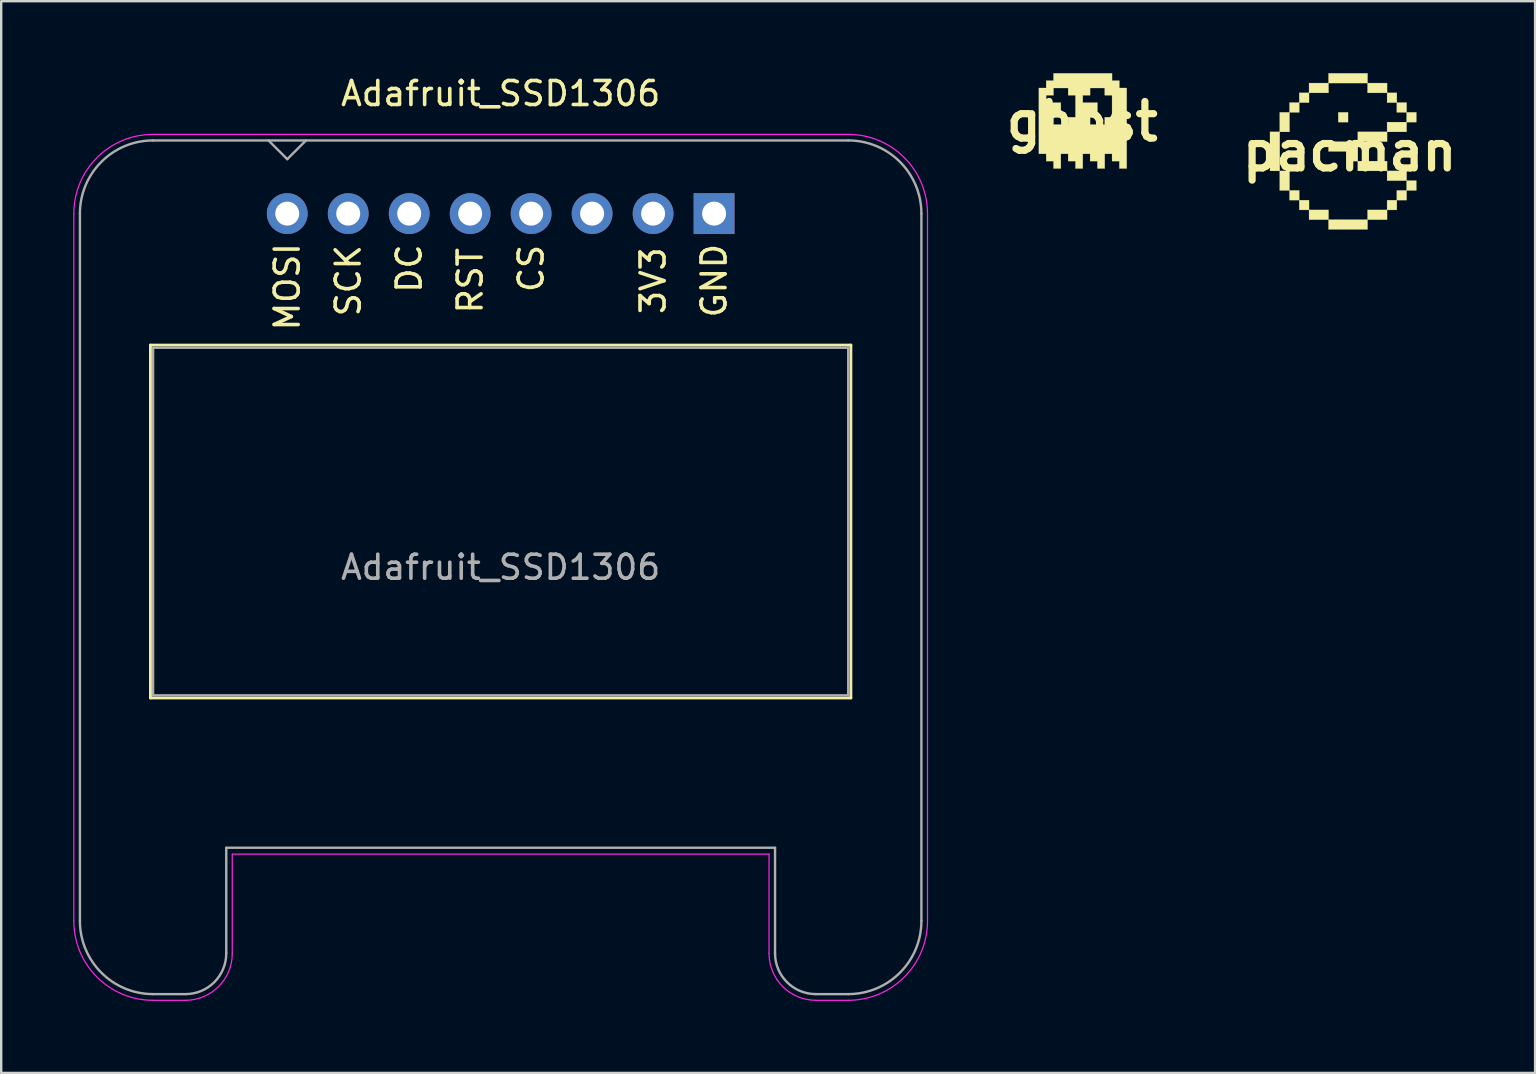
<source format=kicad_pcb>
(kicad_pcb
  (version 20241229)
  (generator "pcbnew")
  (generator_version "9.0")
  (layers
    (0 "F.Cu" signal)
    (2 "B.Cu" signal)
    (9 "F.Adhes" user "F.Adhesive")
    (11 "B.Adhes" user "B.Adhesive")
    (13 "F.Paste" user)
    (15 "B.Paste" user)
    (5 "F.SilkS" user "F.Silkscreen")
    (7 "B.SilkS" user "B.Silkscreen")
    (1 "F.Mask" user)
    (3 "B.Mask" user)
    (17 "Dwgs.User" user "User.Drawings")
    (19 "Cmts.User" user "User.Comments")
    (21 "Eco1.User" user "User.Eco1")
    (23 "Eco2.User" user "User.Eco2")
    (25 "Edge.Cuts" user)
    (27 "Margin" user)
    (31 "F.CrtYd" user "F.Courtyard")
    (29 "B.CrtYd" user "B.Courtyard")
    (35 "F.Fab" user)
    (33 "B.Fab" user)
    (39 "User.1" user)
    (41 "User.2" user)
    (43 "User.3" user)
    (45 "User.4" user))
  (footprint "ghost"
    (layer "F.Cu")
    (at 42.028 2.012)
    (property "Reference" "ghost" (at 0 0 0) (layer "F.SilkS") (effects (font (size 1.524 1.524) (thickness 0.3))))
    (attr through_hole)
    (fp_poly (pts (xy 1.245 -1.702) (xy 1.549 -1.702) (xy 1.549 -1.397) (xy 1.854 -1.397) (xy 1.854 1.956) (xy 1.549 1.956) (xy 1.549 1.651) (xy 1.245 1.651) (xy 1.245 1.346) (xy 0.94 1.346) (xy 0.94 1.956) (xy 0.635 1.956) (xy 0.635 1.651) (xy 0.33 1.651) (xy 0.33 1.346) (xy 0.025 1.346) (xy 0.025 1.956) (xy -0.279 1.956) (xy -0.279 1.651) (xy -0.584 1.651) (xy -0.584 1.346) (xy -0.889 1.346) (xy -0.889 1.956) (xy -1.194 1.956) (xy -1.194 1.651) (xy -1.499 1.651) (xy -1.499 1.346) (xy -1.803 1.346) (xy -1.803 -1.092) (xy -1.499 -1.092) (xy -1.499 -0.787) (xy -0.889 -0.787) (xy -0.889 -0.178) (xy -1.194 -0.178) (xy -1.194 0.127) (xy -0.584 0.127) (xy -0.584 -0.178) (xy -0.279 -0.178) (xy -0.279 -1.092) (xy 0.025 -1.092) (xy 0.025 -0.787) (xy 0.635 -0.787) (xy 0.635 -0.178) (xy 0.33 -0.178) (xy 0.33 0.127) (xy 0.94 0.127) (xy 0.94 -0.178) (xy 1.245 -0.178) (xy 1.245 -1.092) (xy 0.94 -1.092) (xy 0.94 -1.397) (xy 0.33 -1.397) (xy 0.33 -1.092) (xy 0.025 -1.092) (xy -0.279 -1.092) (xy -0.584 -1.092) (xy -0.584 -1.397) (xy -1.194 -1.397) (xy -1.194 -1.092) (xy -1.499 -1.092) (xy -1.803 -1.092) (xy -1.803 -1.397) (xy -1.499 -1.397) (xy -1.499 -1.702) (xy -1.194 -1.702) (xy -1.194 -2.007) (xy 1.245 -2.007) (xy 1.245 -1.702)) (stroke (width 0.01) (type solid)) (fill yes) (layer "F.SilkS")))
  (footprint "Adafruit_SSD1306"
    (layer "F.Cu")
    (at 8.915 5.848)
    (property "Reference" "Adafruit_SSD1306" (at 8.89 -5 0) (layer "F.SilkS") (effects (font (size 1 1) (thickness 0.15))))
    (attr through_hole)
    (fp_line (start -5.698 5.478) (end -5.698 20.176) (stroke (width 0.12) (type solid)) (layer "F.SilkS"))
    (fp_line (start -5.698 5.478) (end 23.478 5.478) (stroke (width 0.12) (type solid)) (layer "F.SilkS"))
    (fp_line (start -5.698 20.176) (end 23.478 20.176) (stroke (width 0.12) (type solid)) (layer "F.SilkS"))
    (fp_line (start 23.478 5.478) (end 23.478 20.176) (stroke (width 0.12) (type solid)) (layer "F.SilkS"))
    (fp_line (start -8.89 0) (end -8.89 29.47) (stroke (width 0.05) (type solid)) (layer "F.CrtYd"))
    (fp_line (start -4.24 32.77) (end -5.59 32.77) (stroke (width 0.05) (type solid)) (layer "F.CrtYd"))
    (fp_line (start -2.29 26.68) (end -2.29 30.82) (stroke (width 0.05) (type solid)) (layer "F.CrtYd"))
    (fp_line (start -2.29 26.68) (end 20.07 26.68) (stroke (width 0.05) (type solid)) (layer "F.CrtYd"))
    (fp_line (start 20.07 26.68) (end 20.07 30.82) (stroke (width 0.05) (type solid)) (layer "F.CrtYd"))
    (fp_line (start 22.02 32.77) (end 23.37 32.77) (stroke (width 0.05) (type solid)) (layer "F.CrtYd"))
    (fp_line (start 23.37 -3.3) (end -5.59 -3.3) (stroke (width 0.05) (type solid)) (layer "F.CrtYd"))
    (fp_line (start 26.67 0) (end 26.67 29.47) (stroke (width 0.05) (type solid)) (layer "F.CrtYd"))
    (fp_arc (start -8.89 0) (mid -7.923452 -2.333452) (end -5.59 -3.3) (stroke (width 0.05) (type solid)) (layer "F.CrtYd"))
    (fp_arc (start -5.59 32.77) (mid -7.923452 31.803452) (end -8.89 29.47) (stroke (width 0.05) (type solid)) (layer "F.CrtYd"))
    (fp_arc (start -2.29 30.82) (mid -2.861142 32.198858) (end -4.24 32.77) (stroke (width 0.05) (type solid)) (layer "F.CrtYd"))
    (fp_arc (start 22.02 32.77) (mid 20.641142 32.198858) (end 20.07 30.82) (stroke (width 0.05) (type solid)) (layer "F.CrtYd"))
    (fp_arc (start 23.37 -3.3) (mid 25.703452 -2.333452) (end 26.67 0) (stroke (width 0.05) (type solid)) (layer "F.CrtYd"))
    (fp_arc (start 26.67 29.47) (mid 25.703452 31.803452) (end 23.37 32.77) (stroke (width 0.05) (type solid)) (layer "F.CrtYd"))
    (fp_line (start -8.636 0) (end -8.636 29.464) (stroke (width 0.1) (type solid)) (layer "F.Fab"))
    (fp_line (start -5.588 5.588) (end -5.588 20.066) (stroke (width 0.1) (type solid)) (layer "F.Fab"))
    (fp_line (start -5.588 5.588) (end 23.368 5.588) (stroke (width 0.1) (type solid)) (layer "F.Fab"))
    (fp_line (start -5.588 20.066) (end 23.368 20.066) (stroke (width 0.1) (type solid)) (layer "F.Fab"))
    (fp_line (start -4.238 32.512) (end -5.59 32.512) (stroke (width 0.1) (type solid)) (layer "F.Fab"))
    (fp_line (start -2.54 26.416) (end -2.54 30.814) (stroke (width 0.1) (type solid)) (layer "F.Fab"))
    (fp_line (start -2.54 26.416) (end 20.32 26.416) (stroke (width 0.1) (type solid)) (layer "F.Fab"))
    (fp_line (start -0.78 -3.048) (end 0 -2.268) (stroke (width 0.1) (type solid)) (layer "F.Fab"))
    (fp_line (start 0 -2.268) (end 0.78 -3.048) (stroke (width 0.1) (type solid)) (layer "F.Fab"))
    (fp_line (start 20.32 26.416) (end 20.32 30.814) (stroke (width 0.1) (type solid)) (layer "F.Fab"))
    (fp_line (start 22.018 32.512) (end 23.37 32.512) (stroke (width 0.1) (type solid)) (layer "F.Fab"))
    (fp_line (start 23.368 -3.048) (end -5.588 -3.048) (stroke (width 0.1) (type solid)) (layer "F.Fab"))
    (fp_line (start 23.368 5.588) (end 23.368 20.066) (stroke (width 0.1) (type solid)) (layer "F.Fab"))
    (fp_line (start 26.416 0) (end 26.416 29.464) (stroke (width 0.1) (type solid)) (layer "F.Fab"))
    (fp_arc (start -8.636 0.002) (mid -7.744676 -2.153847) (end -5.59 -3.048) (stroke (width 0.1) (type solid)) (layer "F.Fab"))
    (fp_arc (start -5.59 32.512) (mid -7.744676 31.617847) (end -8.636 29.462) (stroke (width 0.1) (type solid)) (layer "F.Fab"))
    (fp_arc (start -2.54 30.812) (mid -3.035918 32.013253) (end -4.236 32.512) (stroke (width 0.1) (type solid)) (layer "F.Fab"))
    (fp_arc (start 22.016 32.512) (mid 20.815918 32.013253) (end 20.32 30.812) (stroke (width 0.1) (type solid)) (layer "F.Fab"))
    (fp_arc (start 23.368 -3.048) (mid 25.523261 -2.155261) (end 26.416 0) (stroke (width 0.1) (type solid)) (layer "F.Fab"))
    (fp_arc (start 26.416 29.464) (mid 25.523261 31.619261) (end 23.368 32.512) (stroke (width 0.1) (type solid)) (layer "F.Fab"))
    (fp_text user "SCK" (at 2.54 2.794 90) (layer "F.SilkS") (effects (font (size 1 1) (thickness 0.15))))
    (fp_text user "MOSI" (at 0 3.048 90) (layer "F.SilkS") (effects (font (size 1 1) (thickness 0.15))))
    (fp_text user "RST" (at 7.62 2.794 90) (layer "F.SilkS") (effects (font (size 1 1) (thickness 0.15))))
    (fp_text user "CS" (at 10.16 2.286 90) (layer "F.SilkS") (effects (font (size 1 1) (thickness 0.15))))
    (fp_text user "GND" (at 17.78 2.794 90) (layer "F.SilkS") (effects (font (size 1 1) (thickness 0.15))))
    (fp_text user "3V3" (at 15.24 2.794 90) (layer "F.SilkS") (effects (font (size 1 1) (thickness 0.15))))
    (fp_text user "DC" (at 5.08 2.286 90) (layer "F.SilkS") (effects (font (size 1 1) (thickness 0.15))))
    (fp_text user "${REFERENCE}" (at 8.89 14.732 0) (layer "F.Fab") (effects (font (size 1 1) (thickness 0.15))))
    (pad "1" thru_hole rect (at 17.78 0) (size 1.7 1.7) (drill 1) (layers "*.Cu" "*.Mask"))
    (pad "2" thru_hole circle (at 15.24 0) (size 1.7 1.7) (drill 1) (layers "*.Cu" "*.Mask"))
    (pad "3" thru_hole circle (at 12.7 0) (size 1.7 1.7) (drill 1) (layers "*.Cu" "*.Mask"))
    (pad "4" thru_hole circle (at 10.16 0) (size 1.7 1.7) (drill 1) (layers "*.Cu" "*.Mask"))
    (pad "5" thru_hole circle (at 7.62 0) (size 1.7 1.7) (drill 1) (layers "*.Cu" "*.Mask"))
    (pad "6" thru_hole circle (at 5.08 0) (size 1.7 1.7) (drill 1) (layers "*.Cu" "*.Mask"))
    (pad "7" thru_hole circle (at 2.54 0) (size 1.7 1.7) (drill 1) (layers "*.Cu" "*.Mask"))
    (pad "8" thru_hole circle (at 0 0) (size 1.7 1.7) (drill 1) (layers "*.Cu" "*.Mask")))
  (footprint "pacman"
    (layer "F.Cu")
    (at 53.171 3.256)
    (property "Reference" "pacman" (at 0 0 0) (layer "F.SilkS") (effects (font (size 1.524 1.524) (thickness 0.3))))
    (attr through_hole)
    (fp_poly (pts (xy -3.319 0.813) (xy -3.319 -0.813) (xy -2.913 -0.813) (xy -2.913 0.813) (xy -3.319 0.813)) (stroke (width 0.01) (type solid)) (fill yes) (layer "F.SilkS"))
    (fp_poly (pts (xy -2.913 -1.626) (xy -2.506 -1.626) (xy -2.506 -0.813) (xy -2.913 -0.813) (xy -2.913 -1.626)) (stroke (width 0.01) (type solid)) (fill yes) (layer "F.SilkS"))
    (fp_poly (pts (xy -2.913 1.626) (xy -2.913 0.813) (xy -2.506 0.813) (xy -2.506 1.626) (xy -2.913 1.626)) (stroke (width 0.01) (type solid)) (fill yes) (layer "F.SilkS"))
    (fp_poly (pts (xy -2.506 -2.032) (xy -2.1 -2.032) (xy -2.1 -1.626) (xy -2.506 -1.626) (xy -2.506 -2.032)) (stroke (width 0.01) (type solid)) (fill yes) (layer "F.SilkS"))
    (fp_poly (pts (xy -2.506 2.032) (xy -2.506 1.626) (xy -2.1 1.626) (xy -2.1 2.032) (xy -2.506 2.032)) (stroke (width 0.01) (type solid)) (fill yes) (layer "F.SilkS"))
    (fp_poly (pts (xy -2.1 -2.438) (xy -1.693 -2.438) (xy -1.693 -2.032) (xy -2.1 -2.032) (xy -2.1 -2.438)) (stroke (width 0.01) (type solid)) (fill yes) (layer "F.SilkS"))
    (fp_poly (pts (xy -2.1 2.438) (xy -2.1 2.032) (xy -1.693 2.032) (xy -1.693 2.438) (xy -2.1 2.438)) (stroke (width 0.01) (type solid)) (fill yes) (layer "F.SilkS"))
    (fp_poly (pts (xy -1.693 -2.845) (xy -0.881 -2.845) (xy -0.881 -2.438) (xy -1.693 -2.438) (xy -1.693 -2.845)) (stroke (width 0.01) (type solid)) (fill yes) (layer "F.SilkS"))
    (fp_poly (pts (xy -1.693 2.845) (xy -1.693 2.438) (xy -0.881 2.438) (xy -0.881 2.845) (xy -1.693 2.845)) (stroke (width 0.01) (type solid)) (fill yes) (layer "F.SilkS"))
    (fp_poly (pts (xy -0.881 -3.251) (xy 0.745 -3.251) (xy 0.745 -2.845) (xy -0.881 -2.845) (xy -0.881 -3.251)) (stroke (width 0.01) (type solid)) (fill yes) (layer "F.SilkS"))
    (fp_poly (pts (xy -0.068 -1.219) (xy -0.474 -1.219) (xy -0.474 -1.626) (xy -0.068 -1.626) (xy -0.068 -1.219)) (stroke (width 0.01) (type solid)) (fill yes) (layer "F.SilkS"))
    (fp_poly (pts (xy 0.745 -2.438) (xy 0.745 -2.845) (xy 1.558 -2.845) (xy 1.558 -2.438) (xy 0.745 -2.438)) (stroke (width 0.01) (type solid)) (fill yes) (layer "F.SilkS"))
    (fp_poly (pts (xy 0.745 3.251) (xy -0.881 3.251) (xy -0.881 2.845) (xy 0.745 2.845) (xy 0.745 3.251)) (stroke (width 0.01) (type solid)) (fill yes) (layer "F.SilkS"))
    (fp_poly (pts (xy 1.558 -0.406) (xy 0.339 -0.406) (xy 0.339 -0.813) (xy 1.558 -0.813) (xy 1.558 -0.406)) (stroke (width 0.01) (type solid)) (fill yes) (layer "F.SilkS"))
    (fp_poly (pts (xy 1.558 0.406) (xy 1.558 0.813) (xy 0.339 0.813) (xy 0.339 0.406) (xy 1.558 0.406)) (stroke (width 0.01) (type solid)) (fill yes) (layer "F.SilkS"))
    (fp_poly (pts (xy 1.558 2.845) (xy 0.745 2.845) (xy 0.745 2.438) (xy 1.558 2.438) (xy 1.558 2.845)) (stroke (width 0.01) (type solid)) (fill yes) (layer "F.SilkS"))
    (fp_poly (pts (xy 1.964 -2.438) (xy 1.964 -2.032) (xy 1.558 -2.032) (xy 1.558 -2.438) (xy 1.964 -2.438)) (stroke (width 0.01) (type solid)) (fill yes) (layer "F.SilkS"))
    (fp_poly (pts (xy 1.964 2.438) (xy 1.558 2.438) (xy 1.558 2.032) (xy 1.964 2.032) (xy 1.964 2.438)) (stroke (width 0.01) (type solid)) (fill yes) (layer "F.SilkS"))
    (fp_poly (pts (xy 2.371 -2.032) (xy 2.371 -1.626) (xy 1.964 -1.626) (xy 1.964 -2.032) (xy 2.371 -2.032)) (stroke (width 0.01) (type solid)) (fill yes) (layer "F.SilkS"))
    (fp_poly (pts (xy 2.371 -0.813) (xy 1.558 -0.813) (xy 1.558 -1.219) (xy 2.371 -1.219) (xy 2.371 -0.813)) (stroke (width 0.01) (type solid)) (fill yes) (layer "F.SilkS"))
    (fp_poly (pts (xy 2.371 0.813) (xy 2.371 1.219) (xy 1.558 1.219) (xy 1.558 0.813) (xy 2.371 0.813)) (stroke (width 0.01) (type solid)) (fill yes) (layer "F.SilkS"))
    (fp_poly (pts (xy 2.371 2.032) (xy 1.964 2.032) (xy 1.964 1.626) (xy 2.371 1.626) (xy 2.371 2.032)) (stroke (width 0.01) (type solid)) (fill yes) (layer "F.SilkS"))
    (fp_poly (pts (xy 2.777 -1.626) (xy 2.777 -1.219) (xy 2.371 -1.219) (xy 2.371 -1.626) (xy 2.777 -1.626)) (stroke (width 0.01) (type solid)) (fill yes) (layer "F.SilkS"))
    (fp_poly (pts (xy 2.777 1.219) (xy 2.777 1.626) (xy 2.371 1.626) (xy 2.371 1.219) (xy 2.777 1.219)) (stroke (width 0.01) (type solid)) (fill yes) (layer "F.SilkS"))
    (fp_poly (pts (xy 0.339 0.406) (xy -0.068 0.406) (xy -0.068 0) (xy -0.881 0) (xy -0.881 -0.406) (xy 0.339 -0.406) (xy 0.339 0.406)) (stroke (width 0.01) (type solid)) (fill yes) (layer "F.SilkS")))
  (gr_rect
    (start -3 -3)
    (end 60.895 41.643)
    (stroke (width 0.1) (type default))
    (fill no)
    (layer "Edge.Cuts")))
</source>
